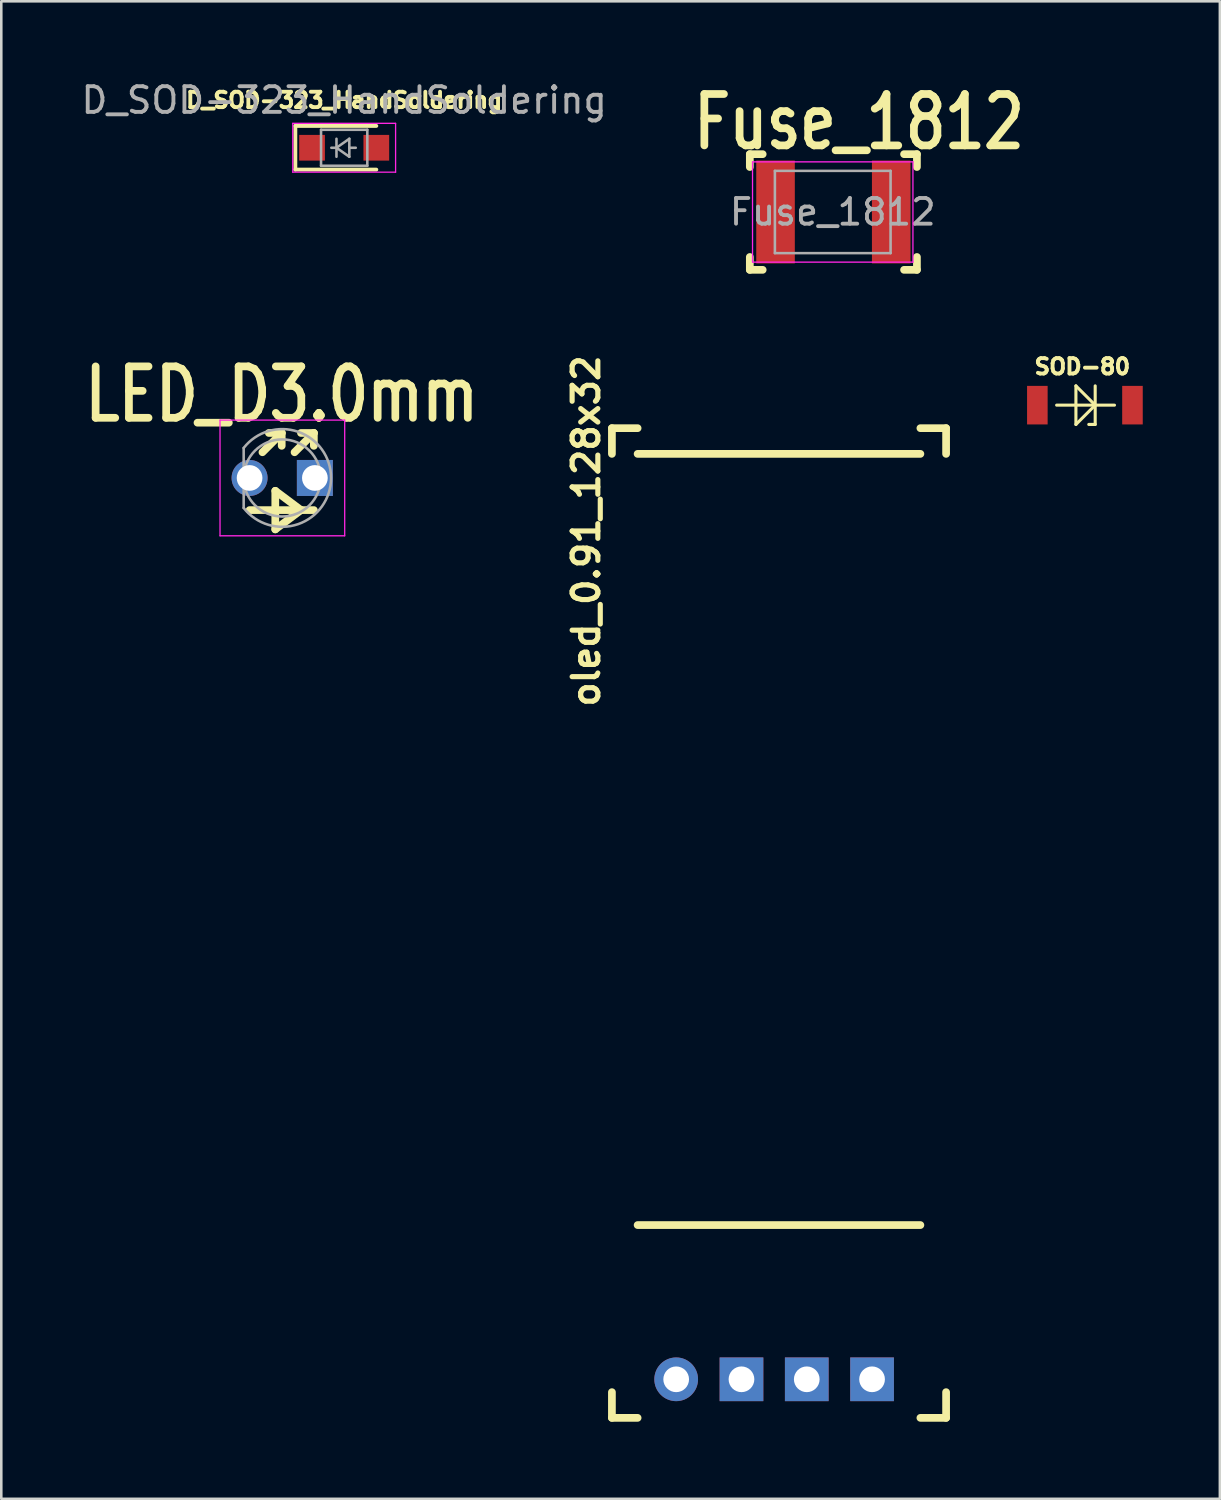
<source format=kicad_pcb>
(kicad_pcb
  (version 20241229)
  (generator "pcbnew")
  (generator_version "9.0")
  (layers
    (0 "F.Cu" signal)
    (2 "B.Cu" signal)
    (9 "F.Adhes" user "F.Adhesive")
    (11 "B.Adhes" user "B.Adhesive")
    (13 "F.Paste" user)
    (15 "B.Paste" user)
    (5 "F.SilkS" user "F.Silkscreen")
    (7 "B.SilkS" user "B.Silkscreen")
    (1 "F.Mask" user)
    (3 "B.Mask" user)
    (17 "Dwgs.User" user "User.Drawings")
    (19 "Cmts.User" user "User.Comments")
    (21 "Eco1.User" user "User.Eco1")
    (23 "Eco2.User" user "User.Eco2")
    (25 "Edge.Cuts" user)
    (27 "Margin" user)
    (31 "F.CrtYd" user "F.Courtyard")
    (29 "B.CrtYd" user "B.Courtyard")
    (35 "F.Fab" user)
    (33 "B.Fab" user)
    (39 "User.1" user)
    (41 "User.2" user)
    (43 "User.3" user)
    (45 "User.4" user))
  (footprint "LED_D3.0mm"
    (layer "F.Cu")
    (at 6.659 15.543)
    (property "Reference" "LED_D3.0mm" (at 1.25 -3.25 0) (layer "F.SilkS") (effects (font (size 2 1.6) (thickness 0.3))))
    (attr through_hole)
    (fp_line (start 0 1.25) (end 2.5 1.25) (stroke (width 0.3) (type solid)) (layer "F.SilkS"))
    (fp_line (start 0.5 -1) (end 1.25 -1.75) (stroke (width 0.3) (type solid)) (layer "F.SilkS"))
    (fp_line (start 1 0.5) (end 2 1.25) (stroke (width 0.3) (type solid)) (layer "F.SilkS"))
    (fp_line (start 1 2) (end 1 0.5) (stroke (width 0.3) (type solid)) (layer "F.SilkS"))
    (fp_line (start 1.25 -1.75) (end 0.75 -1.75) (stroke (width 0.3) (type solid)) (layer "F.SilkS"))
    (fp_line (start 1.25 -1.75) (end 1.25 -1.25) (stroke (width 0.3) (type solid)) (layer "F.SilkS"))
    (fp_line (start 1.75 -1) (end 2.5 -1.75) (stroke (width 0.3) (type solid)) (layer "F.SilkS"))
    (fp_line (start 2 1.25) (end 1 2) (stroke (width 0.3) (type solid)) (layer "F.SilkS"))
    (fp_line (start 2.5 -1.75) (end 2 -1.75) (stroke (width 0.3) (type solid)) (layer "F.SilkS"))
    (fp_line (start 2.5 -1.75) (end 2.5 -1.25) (stroke (width 0.3) (type solid)) (layer "F.SilkS"))
    (fp_line (start -1.15 -2.25) (end -1.15 2.25) (stroke (width 0.05) (type solid)) (layer "F.CrtYd"))
    (fp_line (start -1.15 2.25) (end 3.7 2.25) (stroke (width 0.05) (type solid)) (layer "F.CrtYd"))
    (fp_line (start 3.7 -2.25) (end -1.15 -2.25) (stroke (width 0.05) (type solid)) (layer "F.CrtYd"))
    (fp_line (start 3.7 2.25) (end 3.7 -2.25) (stroke (width 0.05) (type solid)) (layer "F.CrtYd"))
    (fp_line (start -0.23 -1.166) (end -0.23 1.166) (stroke (width 0.1) (type solid)) (layer "F.Fab"))
    (fp_arc (start -0.23 -1.16619) (mid 3.17 0.000452) (end -0.230555 1.165476) (stroke (width 0.1) (type solid)) (layer "F.Fab"))
    (fp_circle (center 1.27 0) (end 2.77 0) (stroke (width 0.1) (type solid)) (fill no) (layer "F.Fab"))
    (pad "1" thru_hole circle (at 0 0) (size 1.4 1.4) (drill 1) (layers "*.Cu" "*.Mask"))
    (pad "2" thru_hole rect (at 2.54 0) (size 1.4 1.4) (drill 1) (layers "*.Cu" "*.Mask")))
  (footprint "oled_0.91_128x32"
    (layer "F.Cu")
    (at 23.254 50.606)
    (property "Reference" "oled_0.91_128x32" (at -3.5 -33 270) (layer "F.SilkS") (effects (font (size 1 1) (thickness 0.2))))
    (attr through_hole)
    (fp_line (start -2.5 -37) (end -2.5 -36) (stroke (width 0.3) (type solid)) (layer "F.SilkS"))
    (fp_line (start -2.5 -37) (end -1.5 -37) (stroke (width 0.3) (type solid)) (layer "F.SilkS"))
    (fp_line (start -2.5 1.5) (end -2.5 0.5) (stroke (width 0.3) (type solid)) (layer "F.SilkS"))
    (fp_line (start -2.5 1.5) (end -1.5 1.5) (stroke (width 0.3) (type solid)) (layer "F.SilkS"))
    (fp_line (start -1.5 -36) (end 9.5 -36) (stroke (width 0.3) (type solid)) (layer "F.SilkS"))
    (fp_line (start -1.5 -6) (end 9.5 -6) (stroke (width 0.3) (type solid)) (layer "F.SilkS"))
    (fp_line (start 10.5 -37) (end 9.5 -37) (stroke (width 0.3) (type solid)) (layer "F.SilkS"))
    (fp_line (start 10.5 -37) (end 10.5 -36) (stroke (width 0.3) (type solid)) (layer "F.SilkS"))
    (fp_line (start 10.5 1.5) (end 9.5 1.5) (stroke (width 0.3) (type solid)) (layer "F.SilkS"))
    (fp_line (start 10.5 1.5) (end 10.5 0.5) (stroke (width 0.3) (type solid)) (layer "F.SilkS"))
    (pad "1" thru_hole circle (at 0 0) (size 1.7 1.7) (drill 1) (layers "*.Cu" "*.Mask"))
    (pad "2" thru_hole rect (at 2.54 0) (size 1.7 1.7) (drill 1) (layers "*.Cu" "*.Mask"))
    (pad "3" thru_hole rect (at 5.08 0) (size 1.7 1.7) (drill 1) (layers "*.Cu" "*.Mask"))
    (pad "4" thru_hole rect (at 7.62 0) (size 1.7 1.7) (drill 1) (layers "*.Cu" "*.Mask")))
  (footprint "SOD-80"
    (layer "F.Cu")
    (at 37.304 12.711)
    (property "Reference" "SOD-80" (at 1.75 -1.5 0) (layer "F.SilkS") (effects (font (size 0.6 0.6) (thickness 0.15))))
    (attr through_hole)
    (fp_line (start 0.75 0) (end 3 0) (stroke (width 0.12) (type solid)) (layer "F.SilkS"))
    (fp_line (start 1.5 -0.75) (end 1.5 0.75) (stroke (width 0.12) (type solid)) (layer "F.SilkS"))
    (fp_line (start 1.5 0.75) (end 2.25 0) (stroke (width 0.12) (type solid)) (layer "F.SilkS"))
    (fp_line (start 2.25 -0.75) (end 2.25 0.75) (stroke (width 0.12) (type solid)) (layer "F.SilkS"))
    (fp_line (start 2.25 0) (end 1.5 -0.75) (stroke (width 0.12) (type solid)) (layer "F.SilkS"))
    (fp_line (start 2.25 0.75) (end 2 0.75) (stroke (width 0.12) (type solid)) (layer "F.SilkS"))
    (pad "1" smd rect (at 0 0) (size 0.8 1.5) (layers "F.Cu" "F.Mask" "F.Paste"))
    (pad "2" smd rect (at 3.7 0) (size 0.8 1.5) (layers "F.Cu" "F.Mask" "F.Paste")))
  (footprint "D_SOD-323_HandSoldering"
    (layer "F.Cu")
    (at 10.339 2.698)
    (property "Reference" "D_SOD-323_HandSoldering" (at 0 -1.85 0) (layer "F.SilkS") (effects (font (size 0.6 0.6) (thickness 0.15))))
    (attr smd)
    (fp_line (start -1.9 -0.85) (end -1.9 0.85) (stroke (width 0.15) (type solid)) (layer "F.SilkS"))
    (fp_line (start -1.9 -0.85) (end 1.25 -0.85) (stroke (width 0.15) (type solid)) (layer "F.SilkS"))
    (fp_line (start -1.9 0.85) (end 1.25 0.85) (stroke (width 0.15) (type solid)) (layer "F.SilkS"))
    (fp_line (start -2 -0.95) (end -2 0.95) (stroke (width 0.05) (type solid)) (layer "F.CrtYd"))
    (fp_line (start -2 -0.95) (end 2 -0.95) (stroke (width 0.05) (type solid)) (layer "F.CrtYd"))
    (fp_line (start -2 0.95) (end 2 0.95) (stroke (width 0.05) (type solid)) (layer "F.CrtYd"))
    (fp_line (start 2 -0.95) (end 2 0.95) (stroke (width 0.05) (type solid)) (layer "F.CrtYd"))
    (fp_line (start -0.9 -0.7) (end 0.9 -0.7) (stroke (width 0.1) (type solid)) (layer "F.Fab"))
    (fp_line (start -0.9 0.7) (end -0.9 -0.7) (stroke (width 0.1) (type solid)) (layer "F.Fab"))
    (fp_line (start -0.3 -0.35) (end -0.3 0.35) (stroke (width 0.1) (type solid)) (layer "F.Fab"))
    (fp_line (start -0.3 0) (end -0.5 0) (stroke (width 0.1) (type solid)) (layer "F.Fab"))
    (fp_line (start -0.3 0) (end 0.2 -0.35) (stroke (width 0.1) (type solid)) (layer "F.Fab"))
    (fp_line (start 0.2 -0.35) (end 0.2 0.35) (stroke (width 0.1) (type solid)) (layer "F.Fab"))
    (fp_line (start 0.2 0) (end 0.45 0) (stroke (width 0.1) (type solid)) (layer "F.Fab"))
    (fp_line (start 0.2 0.35) (end -0.3 0) (stroke (width 0.1) (type solid)) (layer "F.Fab"))
    (fp_line (start 0.9 -0.7) (end 0.9 0.7) (stroke (width 0.1) (type solid)) (layer "F.Fab"))
    (fp_line (start 0.9 0.7) (end -0.9 0.7) (stroke (width 0.1) (type solid)) (layer "F.Fab"))
    (fp_text user "${REFERENCE}" (at 0 -1.85 0) (layer "F.Fab") (effects (font (size 1 1) (thickness 0.15))))
    (pad "1" smd rect (at -1.25 0) (size 1 1) (layers "F.Cu" "F.Mask" "F.Paste"))
    (pad "2" smd rect (at 1.25 0) (size 1 1) (layers "F.Cu" "F.Mask" "F.Paste")))
  (footprint "Fuse_1812"
    (layer "F.Cu")
    (at 27.119 5.197)
    (property "Reference" "Fuse_1812" (at 3.25 -3.5 0) (layer "F.SilkS") (effects (font (size 2 1.6) (thickness 0.3))))
    (attr smd)
    (fp_line (start -1 -2.25) (end -1 -1.75) (stroke (width 0.3) (type solid)) (layer "F.SilkS"))
    (fp_line (start -1 2.25) (end -1 1.75) (stroke (width 0.3) (type solid)) (layer "F.SilkS"))
    (fp_line (start -0.5 -2.25) (end -1 -2.25) (stroke (width 0.3) (type solid)) (layer "F.SilkS"))
    (fp_line (start -0.5 2.25) (end -1 2.25) (stroke (width 0.3) (type solid)) (layer "F.SilkS"))
    (fp_line (start 5 -2.25) (end 5.5 -2.25) (stroke (width 0.3) (type solid)) (layer "F.SilkS"))
    (fp_line (start 5 2.25) (end 5.5 2.25) (stroke (width 0.3) (type solid)) (layer "F.SilkS"))
    (fp_line (start 5.5 -2.25) (end 5.5 -1.75) (stroke (width 0.3) (type solid)) (layer "F.SilkS"))
    (fp_line (start 5.5 2.25) (end 5.5 1.75) (stroke (width 0.3) (type solid)) (layer "F.SilkS"))
    (fp_line (start -0.895 -1.95) (end 5.345 -1.95) (stroke (width 0.05) (type solid)) (layer "F.CrtYd"))
    (fp_line (start -0.895 1.95) (end -0.895 -1.95) (stroke (width 0.05) (type solid)) (layer "F.CrtYd"))
    (fp_line (start 5.345 -1.95) (end 5.345 1.95) (stroke (width 0.05) (type solid)) (layer "F.CrtYd"))
    (fp_line (start 5.345 1.95) (end -0.895 1.95) (stroke (width 0.05) (type solid)) (layer "F.CrtYd"))
    (fp_line (start -0.025 -1.6) (end 4.475 -1.6) (stroke (width 0.1) (type solid)) (layer "F.Fab"))
    (fp_line (start -0.025 1.6) (end -0.025 -1.6) (stroke (width 0.1) (type solid)) (layer "F.Fab"))
    (fp_line (start 4.475 -1.6) (end 4.475 1.6) (stroke (width 0.1) (type solid)) (layer "F.Fab"))
    (fp_line (start 4.475 1.6) (end -0.025 1.6) (stroke (width 0.1) (type solid)) (layer "F.Fab"))
    (fp_text user "${REFERENCE}" (at 2.225 0 0) (layer "F.Fab") (effects (font (size 1 1) (thickness 0.15))))
    (pad "1" smd rect (at 0 0) (size 1.5 4) (layers "F.Cu" "F.Mask" "F.Paste"))
    (pad "2" smd rect (at 4.5 0) (size 1.5 4) (layers "F.Cu" "F.Mask" "F.Paste")))
  (gr_rect
    (start -3 -3)
    (end 44.404 55.256)
    (stroke (width 0.1) (type default))
    (fill no)
    (layer "Edge.Cuts")))
</source>
